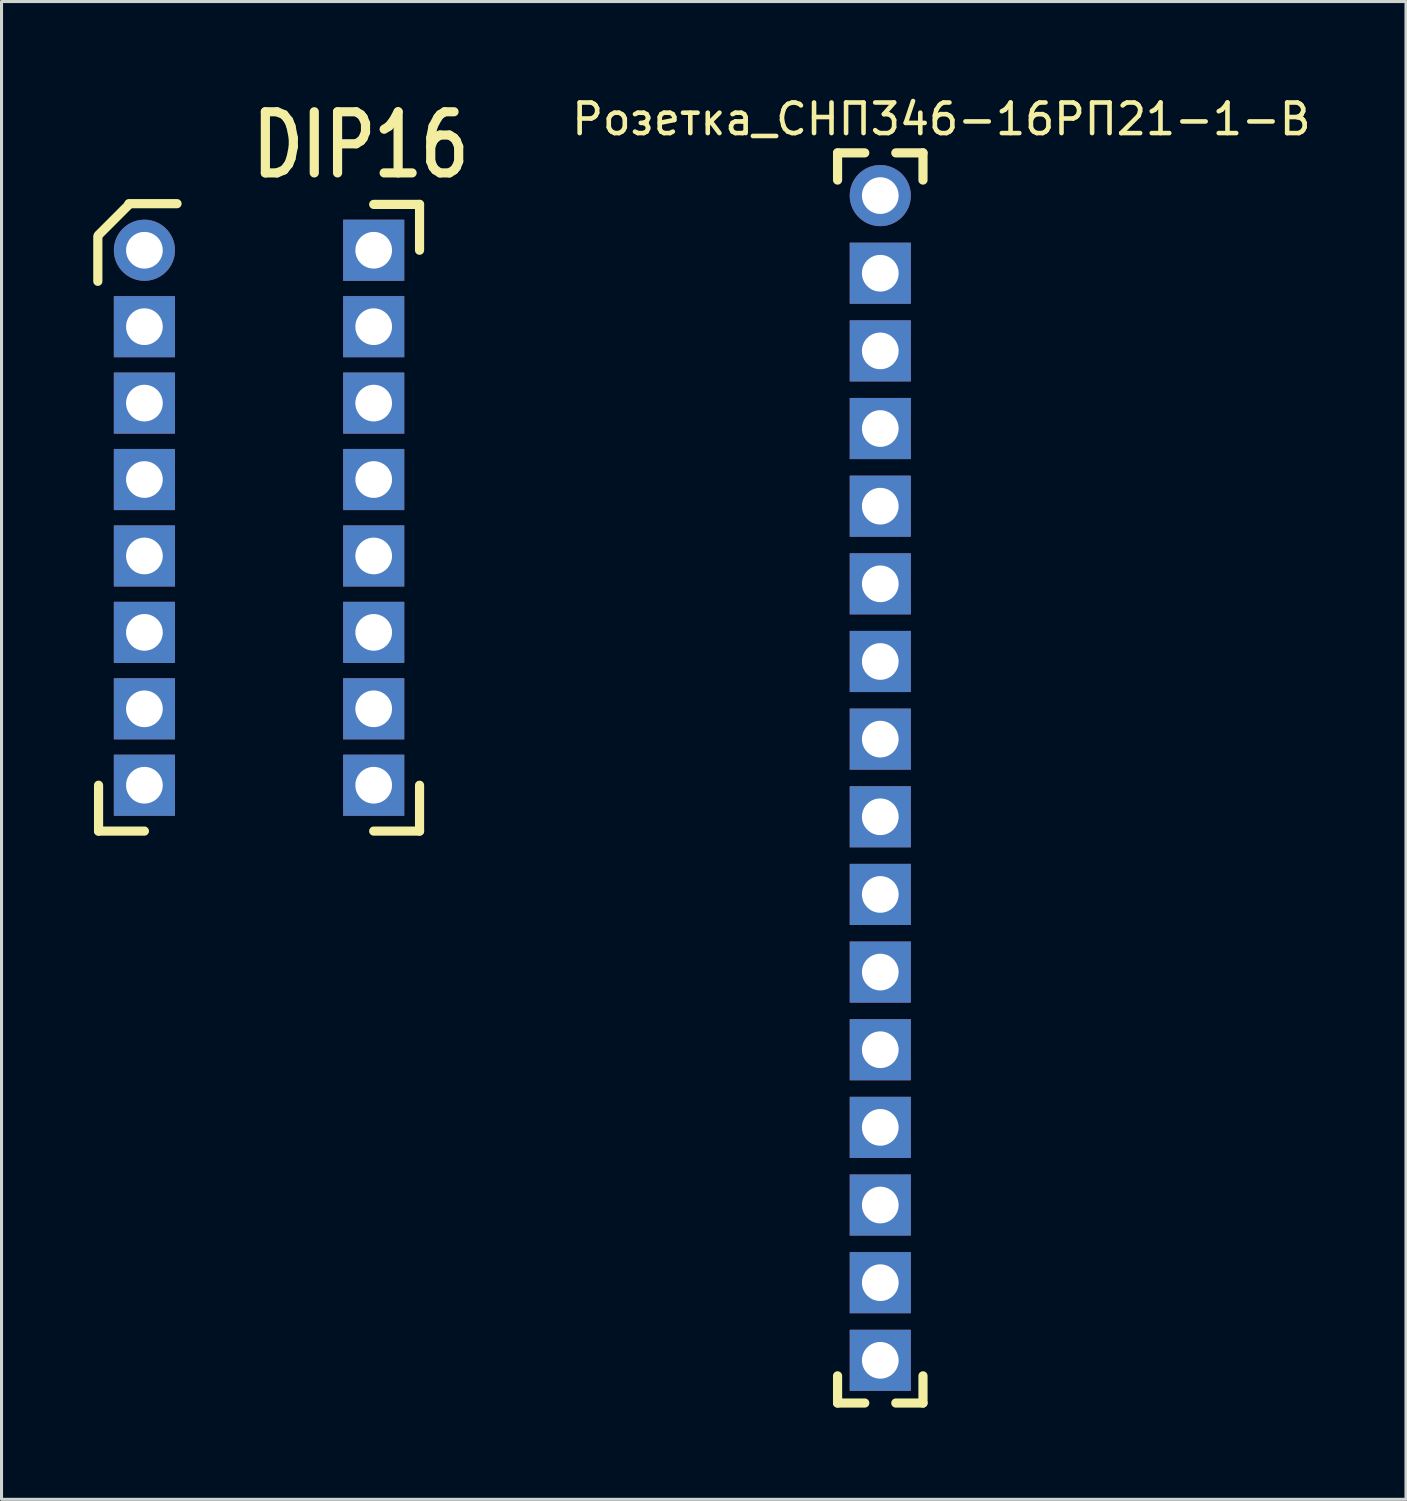
<source format=kicad_pcb>
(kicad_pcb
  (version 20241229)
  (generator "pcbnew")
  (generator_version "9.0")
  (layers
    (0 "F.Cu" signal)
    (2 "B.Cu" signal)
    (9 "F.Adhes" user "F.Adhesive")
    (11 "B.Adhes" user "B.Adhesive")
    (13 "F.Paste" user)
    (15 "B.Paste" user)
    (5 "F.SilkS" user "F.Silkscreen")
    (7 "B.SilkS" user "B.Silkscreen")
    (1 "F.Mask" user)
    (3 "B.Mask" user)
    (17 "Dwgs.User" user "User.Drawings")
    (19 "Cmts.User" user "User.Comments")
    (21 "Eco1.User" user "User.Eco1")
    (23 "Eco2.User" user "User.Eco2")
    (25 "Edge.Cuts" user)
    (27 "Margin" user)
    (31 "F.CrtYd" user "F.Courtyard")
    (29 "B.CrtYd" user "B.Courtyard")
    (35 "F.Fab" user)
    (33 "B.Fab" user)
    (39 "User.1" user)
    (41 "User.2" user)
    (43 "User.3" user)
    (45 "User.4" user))
  (footprint "DIP16"
    (layer "F.Cu")
    (at 1.674 5.136)
    (property "Reference" "DIP16" (at 7.08 -3.44 0) (layer "F.SilkS") (effects (font (size 2 1.6) (thickness 0.3))))
    (attr through_hole)
    (fp_line (start -1.524 -0.457) (end -1.524 1.016) (stroke (width 0.3) (type solid)) (layer "F.SilkS"))
    (fp_line (start -1.5 19) (end -1.5 17.5) (stroke (width 0.3) (type solid)) (layer "F.SilkS"))
    (fp_line (start -1.5 19) (end 0 19) (stroke (width 0.3) (type solid)) (layer "F.SilkS"))
    (fp_line (start -0.508 -1.524) (end 1.067 -1.524) (stroke (width 0.3) (type solid)) (layer "F.SilkS"))
    (fp_line (start -0.5 -1.5) (end -1.5 -0.5) (stroke (width 0.3) (type solid)) (layer "F.SilkS"))
    (fp_line (start 9 -1.5) (end 7.5 -1.5) (stroke (width 0.3) (type solid)) (layer "F.SilkS"))
    (fp_line (start 9 -1.5) (end 9 0) (stroke (width 0.3) (type solid)) (layer "F.SilkS"))
    (fp_line (start 9 19) (end 7.5 19) (stroke (width 0.3) (type solid)) (layer "F.SilkS"))
    (fp_line (start 9 19) (end 9 17.5) (stroke (width 0.3) (type solid)) (layer "F.SilkS"))
    (pad "1" thru_hole circle (at 0 0) (size 2 2) (drill 1.2) (layers "*.Cu" "*.Paste" "*.Mask"))
    (pad "2" thru_hole rect (at 0 2.5) (size 2 2) (drill 1.2) (layers "*.Cu" "*.Paste" "*.Mask"))
    (pad "3" thru_hole rect (at 0 5) (size 2 2) (drill 1.2) (layers "*.Cu" "*.Paste" "*.Mask"))
    (pad "4" thru_hole rect (at 0 7.5) (size 2 2) (drill 1.2) (layers "*.Cu" "*.Paste" "*.Mask"))
    (pad "5" thru_hole rect (at 0 10) (size 2 2) (drill 1.2) (layers "*.Cu" "*.Paste" "*.Mask"))
    (pad "6" thru_hole rect (at 0 12.5) (size 2 2) (drill 1.2) (layers "*.Cu" "*.Paste" "*.Mask"))
    (pad "7" thru_hole rect (at 0 15) (size 2 2) (drill 1.2) (layers "*.Cu" "*.Paste" "*.Mask"))
    (pad "8" thru_hole rect (at 0 17.5) (size 2 2) (drill 1.2) (layers "*.Cu" "*.Paste" "*.Mask"))
    (pad "9" thru_hole rect (at 7.5 0) (size 2 2) (drill 1.2) (layers "*.Cu" "*.Mask"))
    (pad "10" thru_hole rect (at 7.5 2.5) (size 2 2) (drill 1.2) (layers "*.Cu" "*.Mask"))
    (pad "11" thru_hole rect (at 7.5 5) (size 2 2) (drill 1.2) (layers "*.Cu" "*.Mask"))
    (pad "12" thru_hole rect (at 7.5 7.5) (size 2 2) (drill 1.2) (layers "*.Cu" "*.Mask"))
    (pad "13" thru_hole rect (at 7.5 10) (size 2 2) (drill 1.2) (layers "*.Cu" "*.Mask"))
    (pad "14" thru_hole rect (at 7.5 12.5) (size 2 2) (drill 1.2) (layers "*.Cu" "*.Mask"))
    (pad "15" thru_hole rect (at 7.5 15) (size 2 2) (drill 1.2) (layers "*.Cu" "*.Mask"))
    (pad "16" thru_hole rect (at 7.5 17.5) (size 2 2) (drill 1.2) (layers "*.Cu" "*.Mask")))
  (footprint "Розетка_СНП346-16РП21-1-В"
    (layer "F.Cu")
    (at 25.745 3.348)
    (property "Reference" "Розетка_СНП346-16РП21-1-В" (at 2 -2.5 0) (layer "F.SilkS") (effects (font (size 1 1) (thickness 0.15))))
    (attr through_hole)
    (fp_line (start -1.397 -1.397) (end -1.397 -0.508) (stroke (width 0.3) (type solid)) (layer "F.SilkS"))
    (fp_line (start -1.397 -1.397) (end -0.508 -1.397) (stroke (width 0.3) (type solid)) (layer "F.SilkS"))
    (fp_line (start -1.397 39.497) (end -1.397 38.608) (stroke (width 0.3) (type solid)) (layer "F.SilkS"))
    (fp_line (start -1.397 39.497) (end -0.508 39.497) (stroke (width 0.3) (type solid)) (layer "F.SilkS"))
    (fp_line (start 1.397 -1.397) (end 0.508 -1.397) (stroke (width 0.3) (type solid)) (layer "F.SilkS"))
    (fp_line (start 1.397 -1.397) (end 1.397 -0.508) (stroke (width 0.3) (type solid)) (layer "F.SilkS"))
    (fp_line (start 1.397 39.497) (end 0.508 39.497) (stroke (width 0.3) (type solid)) (layer "F.SilkS"))
    (fp_line (start 1.397 39.497) (end 1.397 38.608) (stroke (width 0.3) (type solid)) (layer "F.SilkS"))
    (pad "1" thru_hole circle (at 0 0) (size 2 2) (drill 1.2) (layers "*.Cu" "*.Mask"))
    (pad "2" thru_hole rect (at 0 2.54) (size 2 2) (drill 1.2) (layers "*.Cu" "*.Mask"))
    (pad "3" thru_hole rect (at 0 5.08) (size 2 2) (drill 1.2) (layers "*.Cu" "*.Mask"))
    (pad "4" thru_hole rect (at 0 7.62) (size 2 2) (drill 1.2) (layers "*.Cu" "*.Mask"))
    (pad "5" thru_hole rect (at 0 10.16) (size 2 2) (drill 1.2) (layers "*.Cu" "*.Mask"))
    (pad "6" thru_hole rect (at 0 12.7) (size 2 2) (drill 1.2) (layers "*.Cu" "*.Mask"))
    (pad "7" thru_hole rect (at 0 15.24) (size 2 2) (drill 1.2) (layers "*.Cu" "*.Mask"))
    (pad "8" thru_hole rect (at 0 17.78) (size 2 2) (drill 1.2) (layers "*.Cu" "*.Mask"))
    (pad "9" thru_hole rect (at 0 20.32) (size 2 2) (drill 1.2) (layers "*.Cu" "*.Mask"))
    (pad "10" thru_hole rect (at 0 22.86) (size 2 2) (drill 1.2) (layers "*.Cu" "*.Mask"))
    (pad "11" thru_hole rect (at 0 25.4) (size 2 2) (drill 1.2) (layers "*.Cu" "*.Mask"))
    (pad "12" thru_hole rect (at 0 27.94) (size 2 2) (drill 1.2) (layers "*.Cu" "*.Mask"))
    (pad "13" thru_hole rect (at 0 30.48) (size 2 2) (drill 1.2) (layers "*.Cu" "*.Mask"))
    (pad "14" thru_hole rect (at 0 33.02) (size 2 2) (drill 1.2) (layers "*.Cu" "*.Mask"))
    (pad "15" thru_hole rect (at 0 35.56) (size 2 2) (drill 1.2) (layers "*.Cu" "*.Mask"))
    (pad "16" thru_hole rect (at 0 38.1) (size 2 2) (drill 1.2) (layers "*.Cu" "*.Mask")))
  (gr_rect
    (start -3 -3)
    (end 42.942 45.995)
    (stroke (width 0.1) (type default))
    (fill no)
    (layer "Edge.Cuts")))
</source>
